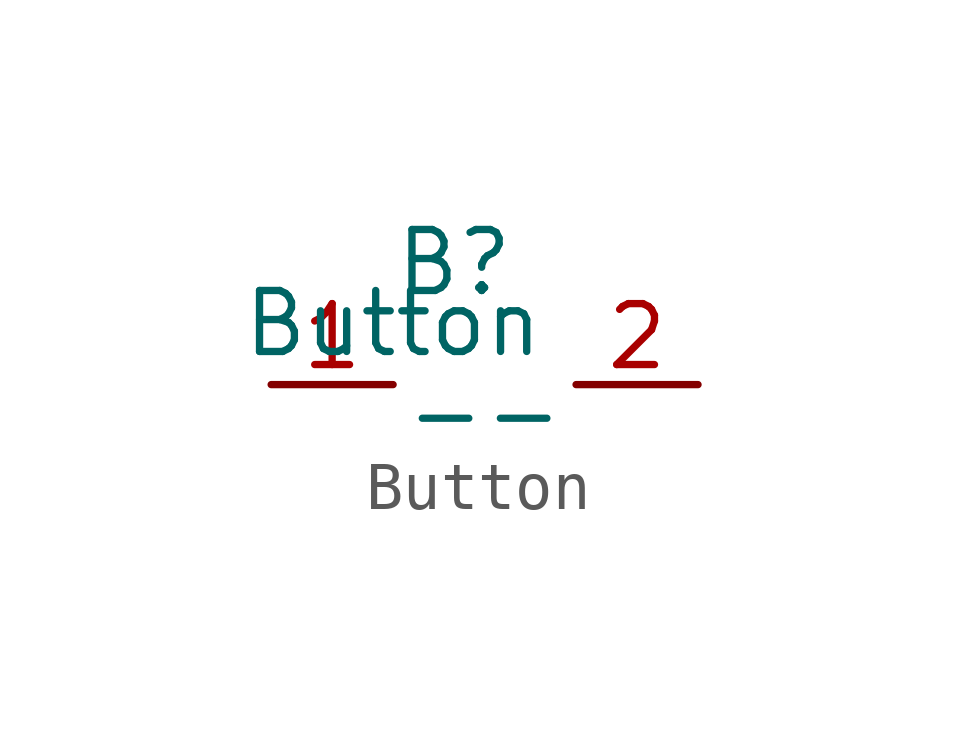
<source format=kicad_sym>
(kicad_symbol_lib
  (version 20211014)
  (generator kicad_symbol_editor)
  (symbol "Button"
    (property "Reference" "B"
      (at 0 0 0)
      (effects (font (size 1.27 1.27))))
    (property "Value" "Button"
      (at -1.27 -1.27 0)
      (effects (font (size 1.27 1.27))))
    (symbol "Button_1_1"
      (pin passive line (at -3.81 -2.54 0) (length 2.54) (name "_" (effects (font (size 1.27 1.27)))) (number "1" (effects (font (size 1.27 1.27)))))
      (pin passive line (at 5.08 -2.54 180) (length 2.54) (name "_" (effects (font (size 1.27 1.27)))) (number "2" (effects (font (size 1.27 1.27))))))))
</source>
